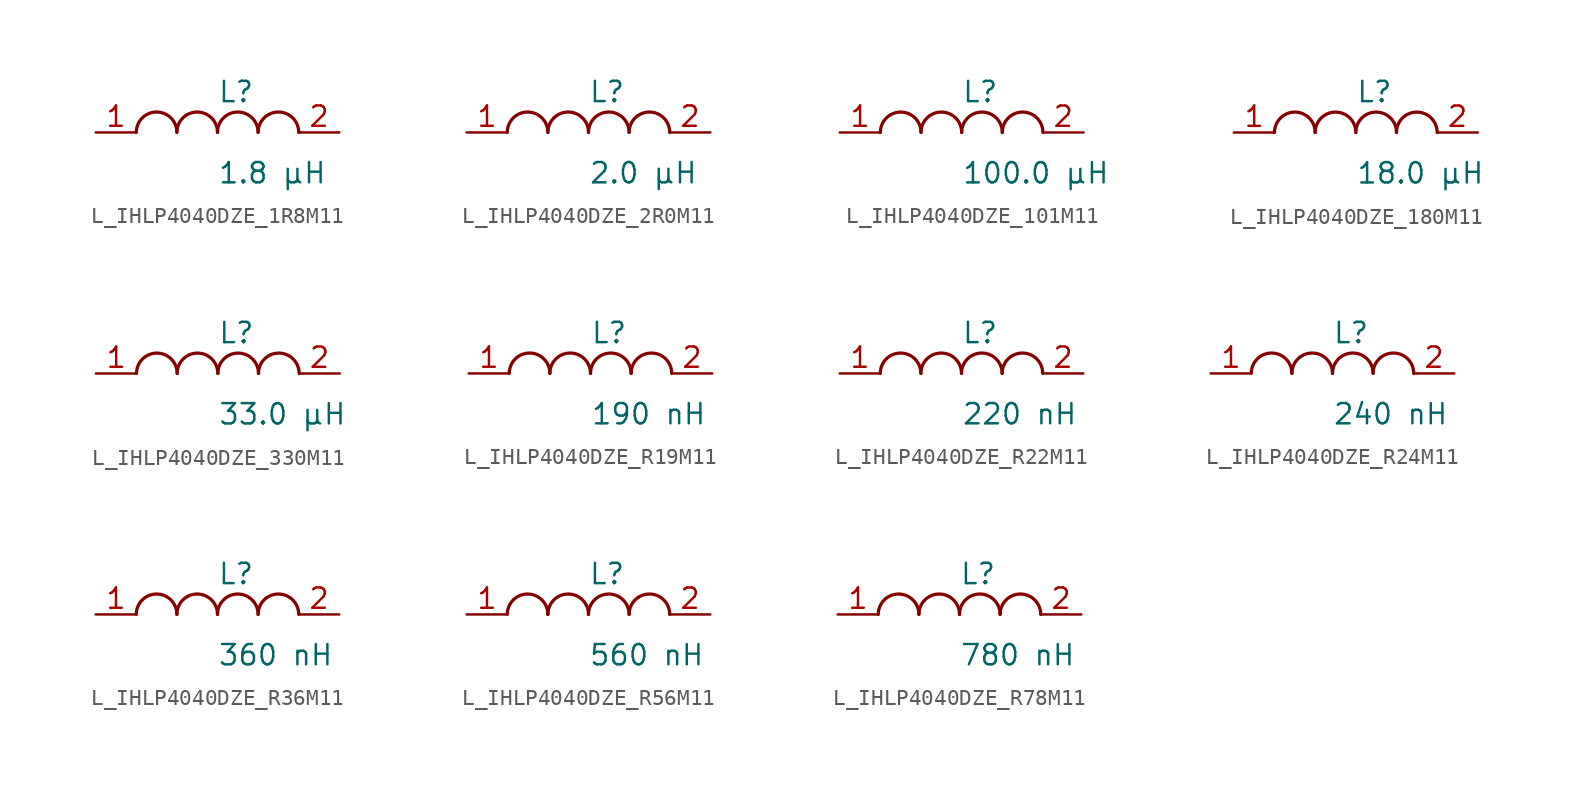
<source format=kicad_sym>
(kicad_symbol_lib
  (version 20231120)
  (generator kicad_symbol_editor)
  (generator_version 8.0)
  (symbol "L_IHLP4040DZE_1R8M11"
    (pin_names
      (offset 0.254))
    (property "Reference" "L"
      (at 0 2.54 0)
      (effects (font (size 1.27 1.27)) (justify left)))
    (property "Value" "1.8 µH"
      (at 0 -2.54 0)
      (effects (font (size 1.27 1.27)) (justify left)))
    (symbol "L_IHLP4040DZE_1R8M11_1_1"
      (arc (start -2.54 0.0056) (mid -3.81 1.27) (end -5.08 0.0056) (stroke (width 0.2032) (type default)) (fill (type none)))
      (arc (start 0 0.0056) (mid -1.27 1.27) (end -2.54 0.0056) (stroke (width 0.2032) (type default)) (fill (type none)))
      (arc (start 2.54 0.0056) (mid 1.27 1.27) (end 0 0.0056) (stroke (width 0.2032) (type default)) (fill (type none)))
      (arc (start 5.08 0.0056) (mid 3.81 1.27) (end 2.54 0.0056) (stroke (width 0.2032) (type default)) (fill (type none)))
      (pin unspecified line (at -7.62 0 0) (length 2.54) (name "" (effects (font (size 1.27 1.27)))) (number "1" (effects (font (size 1.27 1.27)))))
      (pin unspecified line (at 7.62 0 180) (length 2.54) (name "" (effects (font (size 1.27 1.27)))) (number "2" (effects (font (size 1.27 1.27)))))))
  (symbol "L_IHLP4040DZE_2R0M11"
    (pin_names
      (offset 0.254))
    (property "Reference" "L"
      (at 0 2.54 0)
      (effects (font (size 1.27 1.27)) (justify left)))
    (property "Value" "2.0 µH"
      (at 0 -2.54 0)
      (effects (font (size 1.27 1.27)) (justify left)))
    (symbol "L_IHLP4040DZE_2R0M11_1_1"
      (arc (start -2.54 0.0056) (mid -3.81 1.27) (end -5.08 0.0056) (stroke (width 0.2032) (type default)) (fill (type none)))
      (arc (start 0 0.0056) (mid -1.27 1.27) (end -2.54 0.0056) (stroke (width 0.2032) (type default)) (fill (type none)))
      (arc (start 2.54 0.0056) (mid 1.27 1.27) (end 0 0.0056) (stroke (width 0.2032) (type default)) (fill (type none)))
      (arc (start 5.08 0.0056) (mid 3.81 1.27) (end 2.54 0.0056) (stroke (width 0.2032) (type default)) (fill (type none)))
      (pin unspecified line (at -7.62 0 0) (length 2.54) (name "" (effects (font (size 1.27 1.27)))) (number "1" (effects (font (size 1.27 1.27)))))
      (pin unspecified line (at 7.62 0 180) (length 2.54) (name "" (effects (font (size 1.27 1.27)))) (number "2" (effects (font (size 1.27 1.27)))))))
  (symbol "L_IHLP4040DZE_101M11"
    (pin_names
      (offset 0.254))
    (property "Reference" "L"
      (at 0 2.54 0)
      (effects (font (size 1.27 1.27)) (justify left)))
    (property "Value" "100.0 µH"
      (at 0 -2.54 0)
      (effects (font (size 1.27 1.27)) (justify left)))
    (symbol "L_IHLP4040DZE_101M11_1_1"
      (arc (start -2.54 0.0056) (mid -3.81 1.27) (end -5.08 0.0056) (stroke (width 0.2032) (type default)) (fill (type none)))
      (arc (start 0 0.0056) (mid -1.27 1.27) (end -2.54 0.0056) (stroke (width 0.2032) (type default)) (fill (type none)))
      (arc (start 2.54 0.0056) (mid 1.27 1.27) (end 0 0.0056) (stroke (width 0.2032) (type default)) (fill (type none)))
      (arc (start 5.08 0.0056) (mid 3.81 1.27) (end 2.54 0.0056) (stroke (width 0.2032) (type default)) (fill (type none)))
      (pin unspecified line (at -7.62 0 0) (length 2.54) (name "" (effects (font (size 1.27 1.27)))) (number "1" (effects (font (size 1.27 1.27)))))
      (pin unspecified line (at 7.62 0 180) (length 2.54) (name "" (effects (font (size 1.27 1.27)))) (number "2" (effects (font (size 1.27 1.27)))))))
  (symbol "L_IHLP4040DZE_180M11"
    (pin_names
      (offset 0.254))
    (property "Reference" "L"
      (at 0 2.54 0)
      (effects (font (size 1.27 1.27)) (justify left)))
    (property "Value" "18.0 µH"
      (at 0 -2.54 0)
      (effects (font (size 1.27 1.27)) (justify left)))
    (symbol "L_IHLP4040DZE_180M11_1_1"
      (arc (start -2.54 0.0056) (mid -3.81 1.27) (end -5.08 0.0056) (stroke (width 0.2032) (type default)) (fill (type none)))
      (arc (start 0 0.0056) (mid -1.27 1.27) (end -2.54 0.0056) (stroke (width 0.2032) (type default)) (fill (type none)))
      (arc (start 2.54 0.0056) (mid 1.27 1.27) (end 0 0.0056) (stroke (width 0.2032) (type default)) (fill (type none)))
      (arc (start 5.08 0.0056) (mid 3.81 1.27) (end 2.54 0.0056) (stroke (width 0.2032) (type default)) (fill (type none)))
      (pin unspecified line (at -7.62 0 0) (length 2.54) (name "" (effects (font (size 1.27 1.27)))) (number "1" (effects (font (size 1.27 1.27)))))
      (pin unspecified line (at 7.62 0 180) (length 2.54) (name "" (effects (font (size 1.27 1.27)))) (number "2" (effects (font (size 1.27 1.27)))))))
  (symbol "L_IHLP4040DZE_330M11"
    (pin_names
      (offset 0.254))
    (property "Reference" "L"
      (at 0 2.54 0)
      (effects (font (size 1.27 1.27)) (justify left)))
    (property "Value" "33.0 µH"
      (at 0 -2.54 0)
      (effects (font (size 1.27 1.27)) (justify left)))
    (symbol "L_IHLP4040DZE_330M11_1_1"
      (arc (start -2.54 0.0056) (mid -3.81 1.27) (end -5.08 0.0056) (stroke (width 0.2032) (type default)) (fill (type none)))
      (arc (start 0 0.0056) (mid -1.27 1.27) (end -2.54 0.0056) (stroke (width 0.2032) (type default)) (fill (type none)))
      (arc (start 2.54 0.0056) (mid 1.27 1.27) (end 0 0.0056) (stroke (width 0.2032) (type default)) (fill (type none)))
      (arc (start 5.08 0.0056) (mid 3.81 1.27) (end 2.54 0.0056) (stroke (width 0.2032) (type default)) (fill (type none)))
      (pin unspecified line (at -7.62 0 0) (length 2.54) (name "" (effects (font (size 1.27 1.27)))) (number "1" (effects (font (size 1.27 1.27)))))
      (pin unspecified line (at 7.62 0 180) (length 2.54) (name "" (effects (font (size 1.27 1.27)))) (number "2" (effects (font (size 1.27 1.27)))))))
  (symbol "L_IHLP4040DZE_R19M11"
    (pin_names
      (offset 0.254))
    (property "Reference" "L"
      (at 0 2.54 0)
      (effects (font (size 1.27 1.27)) (justify left)))
    (property "Value" "190 nH"
      (at 0 -2.54 0)
      (effects (font (size 1.27 1.27)) (justify left)))
    (symbol "L_IHLP4040DZE_R19M11_1_1"
      (arc (start -2.54 0.0056) (mid -3.81 1.27) (end -5.08 0.0056) (stroke (width 0.2032) (type default)) (fill (type none)))
      (arc (start 0 0.0056) (mid -1.27 1.27) (end -2.54 0.0056) (stroke (width 0.2032) (type default)) (fill (type none)))
      (arc (start 2.54 0.0056) (mid 1.27 1.27) (end 0 0.0056) (stroke (width 0.2032) (type default)) (fill (type none)))
      (arc (start 5.08 0.0056) (mid 3.81 1.27) (end 2.54 0.0056) (stroke (width 0.2032) (type default)) (fill (type none)))
      (pin unspecified line (at -7.62 0 0) (length 2.54) (name "" (effects (font (size 1.27 1.27)))) (number "1" (effects (font (size 1.27 1.27)))))
      (pin unspecified line (at 7.62 0 180) (length 2.54) (name "" (effects (font (size 1.27 1.27)))) (number "2" (effects (font (size 1.27 1.27)))))))
  (symbol "L_IHLP4040DZE_R22M11"
    (pin_names
      (offset 0.254))
    (property "Reference" "L"
      (at 0 2.54 0)
      (effects (font (size 1.27 1.27)) (justify left)))
    (property "Value" "220 nH"
      (at 0 -2.54 0)
      (effects (font (size 1.27 1.27)) (justify left)))
    (symbol "L_IHLP4040DZE_R22M11_1_1"
      (arc (start -2.54 0.0056) (mid -3.81 1.27) (end -5.08 0.0056) (stroke (width 0.2032) (type default)) (fill (type none)))
      (arc (start 0 0.0056) (mid -1.27 1.27) (end -2.54 0.0056) (stroke (width 0.2032) (type default)) (fill (type none)))
      (arc (start 2.54 0.0056) (mid 1.27 1.27) (end 0 0.0056) (stroke (width 0.2032) (type default)) (fill (type none)))
      (arc (start 5.08 0.0056) (mid 3.81 1.27) (end 2.54 0.0056) (stroke (width 0.2032) (type default)) (fill (type none)))
      (pin unspecified line (at -7.62 0 0) (length 2.54) (name "" (effects (font (size 1.27 1.27)))) (number "1" (effects (font (size 1.27 1.27)))))
      (pin unspecified line (at 7.62 0 180) (length 2.54) (name "" (effects (font (size 1.27 1.27)))) (number "2" (effects (font (size 1.27 1.27)))))))
  (symbol "L_IHLP4040DZE_R24M11"
    (pin_names
      (offset 0.254))
    (property "Reference" "L"
      (at 0 2.54 0)
      (effects (font (size 1.27 1.27)) (justify left)))
    (property "Value" "240 nH"
      (at 0 -2.54 0)
      (effects (font (size 1.27 1.27)) (justify left)))
    (symbol "L_IHLP4040DZE_R24M11_1_1"
      (arc (start -2.54 0.0056) (mid -3.81 1.27) (end -5.08 0.0056) (stroke (width 0.2032) (type default)) (fill (type none)))
      (arc (start 0 0.0056) (mid -1.27 1.27) (end -2.54 0.0056) (stroke (width 0.2032) (type default)) (fill (type none)))
      (arc (start 2.54 0.0056) (mid 1.27 1.27) (end 0 0.0056) (stroke (width 0.2032) (type default)) (fill (type none)))
      (arc (start 5.08 0.0056) (mid 3.81 1.27) (end 2.54 0.0056) (stroke (width 0.2032) (type default)) (fill (type none)))
      (pin unspecified line (at -7.62 0 0) (length 2.54) (name "" (effects (font (size 1.27 1.27)))) (number "1" (effects (font (size 1.27 1.27)))))
      (pin unspecified line (at 7.62 0 180) (length 2.54) (name "" (effects (font (size 1.27 1.27)))) (number "2" (effects (font (size 1.27 1.27)))))))
  (symbol "L_IHLP4040DZE_R36M11"
    (pin_names
      (offset 0.254))
    (property "Reference" "L"
      (at 0 2.54 0)
      (effects (font (size 1.27 1.27)) (justify left)))
    (property "Value" "360 nH"
      (at 0 -2.54 0)
      (effects (font (size 1.27 1.27)) (justify left)))
    (symbol "L_IHLP4040DZE_R36M11_1_1"
      (arc (start -2.54 0.0056) (mid -3.81 1.27) (end -5.08 0.0056) (stroke (width 0.2032) (type default)) (fill (type none)))
      (arc (start 0 0.0056) (mid -1.27 1.27) (end -2.54 0.0056) (stroke (width 0.2032) (type default)) (fill (type none)))
      (arc (start 2.54 0.0056) (mid 1.27 1.27) (end 0 0.0056) (stroke (width 0.2032) (type default)) (fill (type none)))
      (arc (start 5.08 0.0056) (mid 3.81 1.27) (end 2.54 0.0056) (stroke (width 0.2032) (type default)) (fill (type none)))
      (pin unspecified line (at -7.62 0 0) (length 2.54) (name "" (effects (font (size 1.27 1.27)))) (number "1" (effects (font (size 1.27 1.27)))))
      (pin unspecified line (at 7.62 0 180) (length 2.54) (name "" (effects (font (size 1.27 1.27)))) (number "2" (effects (font (size 1.27 1.27)))))))
  (symbol "L_IHLP4040DZE_R56M11"
    (pin_names
      (offset 0.254))
    (property "Reference" "L"
      (at 0 2.54 0)
      (effects (font (size 1.27 1.27)) (justify left)))
    (property "Value" "560 nH"
      (at 0 -2.54 0)
      (effects (font (size 1.27 1.27)) (justify left)))
    (symbol "L_IHLP4040DZE_R56M11_1_1"
      (arc (start -2.54 0.0056) (mid -3.81 1.27) (end -5.08 0.0056) (stroke (width 0.2032) (type default)) (fill (type none)))
      (arc (start 0 0.0056) (mid -1.27 1.27) (end -2.54 0.0056) (stroke (width 0.2032) (type default)) (fill (type none)))
      (arc (start 2.54 0.0056) (mid 1.27 1.27) (end 0 0.0056) (stroke (width 0.2032) (type default)) (fill (type none)))
      (arc (start 5.08 0.0056) (mid 3.81 1.27) (end 2.54 0.0056) (stroke (width 0.2032) (type default)) (fill (type none)))
      (pin unspecified line (at -7.62 0 0) (length 2.54) (name "" (effects (font (size 1.27 1.27)))) (number "1" (effects (font (size 1.27 1.27)))))
      (pin unspecified line (at 7.62 0 180) (length 2.54) (name "" (effects (font (size 1.27 1.27)))) (number "2" (effects (font (size 1.27 1.27)))))))
  (symbol "L_IHLP4040DZE_R78M11"
    (pin_names
      (offset 0.254))
    (property "Reference" "L"
      (at 0 2.54 0)
      (effects (font (size 1.27 1.27)) (justify left)))
    (property "Value" "780 nH"
      (at 0 -2.54 0)
      (effects (font (size 1.27 1.27)) (justify left)))
    (symbol "L_IHLP4040DZE_R78M11_1_1"
      (arc (start -2.54 0.0056) (mid -3.81 1.27) (end -5.08 0.0056) (stroke (width 0.2032) (type default)) (fill (type none)))
      (arc (start 0 0.0056) (mid -1.27 1.27) (end -2.54 0.0056) (stroke (width 0.2032) (type default)) (fill (type none)))
      (arc (start 2.54 0.0056) (mid 1.27 1.27) (end 0 0.0056) (stroke (width 0.2032) (type default)) (fill (type none)))
      (arc (start 5.08 0.0056) (mid 3.81 1.27) (end 2.54 0.0056) (stroke (width 0.2032) (type default)) (fill (type none)))
      (pin unspecified line (at -7.62 0 0) (length 2.54) (name "" (effects (font (size 1.27 1.27)))) (number "1" (effects (font (size 1.27 1.27)))))
      (pin unspecified line (at 7.62 0 180) (length 2.54) (name "" (effects (font (size 1.27 1.27)))) (number "2" (effects (font (size 1.27 1.27))))))))
</source>
